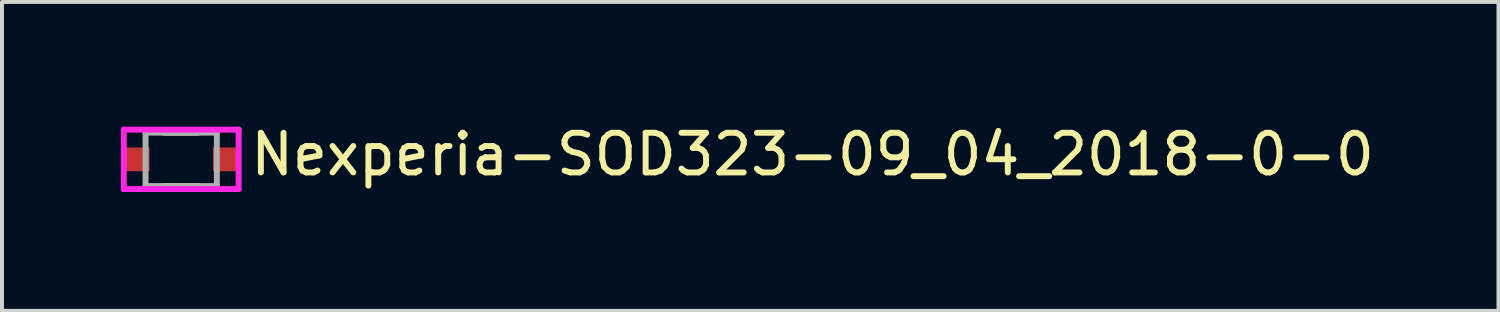
<source format=kicad_pcb>
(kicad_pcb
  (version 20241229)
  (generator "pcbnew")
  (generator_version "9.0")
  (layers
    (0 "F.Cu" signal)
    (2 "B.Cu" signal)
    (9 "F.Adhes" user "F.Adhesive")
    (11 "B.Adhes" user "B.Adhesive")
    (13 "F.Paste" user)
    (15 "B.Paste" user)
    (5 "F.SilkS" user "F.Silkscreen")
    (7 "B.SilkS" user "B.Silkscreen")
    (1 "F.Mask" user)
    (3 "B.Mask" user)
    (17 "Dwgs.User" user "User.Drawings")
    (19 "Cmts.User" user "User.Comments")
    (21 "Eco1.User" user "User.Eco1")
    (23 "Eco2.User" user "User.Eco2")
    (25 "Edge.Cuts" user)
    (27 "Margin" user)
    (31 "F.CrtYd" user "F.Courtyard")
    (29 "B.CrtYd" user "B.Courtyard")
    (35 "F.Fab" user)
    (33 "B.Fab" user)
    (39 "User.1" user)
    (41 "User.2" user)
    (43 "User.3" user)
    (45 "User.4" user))
  (footprint "Nexperia-SOD323-09_04_2018-0-0"
    (layer "F.Cu")
    (at 1.525 0.973)
    (property "Reference" "Nexperia-SOD323-09_04_2018-0-0" (at 1.675 -0.125 0) (layer "F.SilkS") (effects (font (size 1 1) (thickness 0.15)) (justify left)))
    (attr through_hole)
    (fp_line (start -0.425 -0.675) (end 0.425 -0.675) (stroke (width 0.15) (type solid)) (layer "F.SilkS"))
    (fp_line (start -0.425 0.675) (end 0.425 0.675) (stroke (width 0.15) (type solid)) (layer "F.SilkS"))
    (fp_line (start -1.45 -0.75) (end -1.45 0.75) (stroke (width 0.15) (type solid)) (layer "F.CrtYd"))
    (fp_line (start -1.45 0.75) (end 1.45 0.75) (stroke (width 0.15) (type solid)) (layer "F.CrtYd"))
    (fp_line (start 1.45 -0.75) (end -1.45 -0.75) (stroke (width 0.15) (type solid)) (layer "F.CrtYd"))
    (fp_line (start 1.45 -0.75) (end 1.45 -0.75) (stroke (width 0.15) (type solid)) (layer "F.CrtYd"))
    (fp_line (start 1.45 0.75) (end 1.45 -0.75) (stroke (width 0.15) (type solid)) (layer "F.CrtYd"))
    (fp_line (start -0.9 -0.675) (end 0.9 -0.675) (stroke (width 0.15) (type solid)) (layer "F.Fab"))
    (fp_line (start -0.9 0.675) (end -0.9 -0.675) (stroke (width 0.15) (type solid)) (layer "F.Fab"))
    (fp_line (start 0.9 -0.675) (end 0.9 0.675) (stroke (width 0.15) (type solid)) (layer "F.Fab"))
    (fp_line (start 0.9 0.675) (end -0.9 0.675) (stroke (width 0.15) (type solid)) (layer "F.Fab"))
    (pad "" smd rect (at -1.1 0) (size 0.5 0.5) (layers "F.Paste"))
    (pad "" smd rect (at 1.1 0) (size 0.5 0.5) (layers "F.Paste"))
    (pad "1" smd rect (at -1.1 0) (size 0.6 0.6) (layers "F.Cu" "F.Mask"))
    (pad "2" smd rect (at 1.1 0) (size 0.6 0.6) (layers "F.Cu" "F.Mask")))
  (gr_rect
    (start -3 -3)
    (end 34.783 4.798)
    (stroke (width 0.1) (type default))
    (fill no)
    (layer "Edge.Cuts")))
</source>
